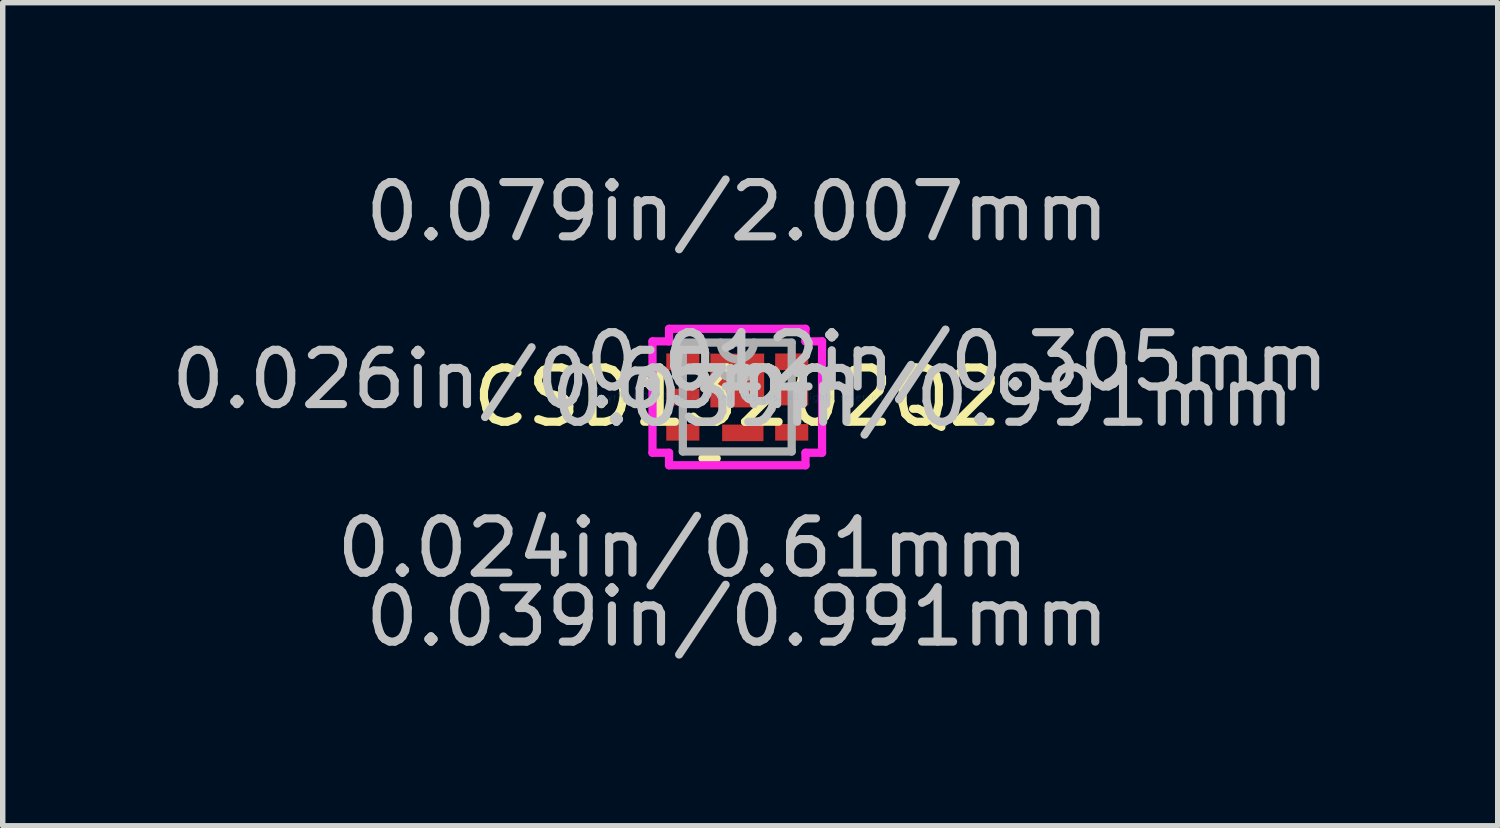
<source format=kicad_pcb>
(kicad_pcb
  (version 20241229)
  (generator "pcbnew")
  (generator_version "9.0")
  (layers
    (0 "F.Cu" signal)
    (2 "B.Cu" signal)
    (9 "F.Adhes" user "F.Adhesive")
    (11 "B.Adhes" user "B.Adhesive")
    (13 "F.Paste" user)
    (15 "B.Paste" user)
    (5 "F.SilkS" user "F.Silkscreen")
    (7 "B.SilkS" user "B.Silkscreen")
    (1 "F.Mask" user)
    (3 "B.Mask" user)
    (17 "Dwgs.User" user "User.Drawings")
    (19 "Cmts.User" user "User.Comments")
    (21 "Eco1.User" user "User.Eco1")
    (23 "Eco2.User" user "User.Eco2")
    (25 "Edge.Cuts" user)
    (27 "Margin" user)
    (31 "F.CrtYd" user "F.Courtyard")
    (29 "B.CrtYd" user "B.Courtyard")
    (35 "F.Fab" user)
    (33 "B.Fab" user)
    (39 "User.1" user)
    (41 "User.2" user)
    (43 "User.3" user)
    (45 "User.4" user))
  (footprint "CSD13202Q2"
    (layer "F.Cu")
    (at 10.533 4.265)
    (property "Reference" "CSD13202Q2" (at 0 0 0) (layer "F.SilkS") (effects (font (size 1 1) (thickness 0.15))))
    (attr through_hole)
    (fp_line (start -0.642 1.13) (end -0.379 1.13) (stroke (width 0.152) (type solid)) (layer "F.SilkS"))
    (fp_line (start -0.495 -0.8) (end -0.495 0.191) (stroke (width 0.152) (type solid)) (layer "F.Paste"))
    (fp_line (start -0.495 0.191) (end 0.495 0.191) (stroke (width 0.152) (type solid)) (layer "F.Paste"))
    (fp_line (start -0.279 0.508) (end -0.279 0.813) (stroke (width 0.152) (type solid)) (layer "F.Paste"))
    (fp_line (start -0.279 0.508) (end -0.279 0.813) (stroke (width 0.152) (type solid)) (layer "F.Paste"))
    (fp_line (start -0.279 0.813) (end 0.483 0.813) (stroke (width 0.152) (type solid)) (layer "F.Paste"))
    (fp_line (start -0.279 0.813) (end 0.483 0.813) (stroke (width 0.152) (type solid)) (layer "F.Paste"))
    (fp_line (start 0.483 0.508) (end -0.279 0.508) (stroke (width 0.152) (type solid)) (layer "F.Paste"))
    (fp_line (start 0.483 0.508) (end -0.279 0.508) (stroke (width 0.152) (type solid)) (layer "F.Paste"))
    (fp_line (start 0.483 0.813) (end 0.483 0.508) (stroke (width 0.152) (type solid)) (layer "F.Paste"))
    (fp_line (start 0.483 0.813) (end 0.483 0.508) (stroke (width 0.152) (type solid)) (layer "F.Paste"))
    (fp_line (start 0.495 -0.8) (end -0.495 -0.8) (stroke (width 0.152) (type solid)) (layer "F.Paste"))
    (fp_line (start 0.495 0.191) (end 0.495 -0.8) (stroke (width 0.152) (type solid)) (layer "F.Paste"))
    (fp_line (start -1.562 -1.026) (end -1.257 -1.026) (stroke (width 0.152) (type solid)) (layer "F.CrtYd"))
    (fp_line (start -1.562 1.026) (end -1.562 -1.026) (stroke (width 0.152) (type solid)) (layer "F.CrtYd"))
    (fp_line (start -1.257 -1.257) (end 1.257 -1.257) (stroke (width 0.152) (type solid)) (layer "F.CrtYd"))
    (fp_line (start -1.257 -1.026) (end -1.257 -1.257) (stroke (width 0.152) (type solid)) (layer "F.CrtYd"))
    (fp_line (start -1.257 1.026) (end -1.562 1.026) (stroke (width 0.152) (type solid)) (layer "F.CrtYd"))
    (fp_line (start -1.257 1.257) (end -1.257 1.026) (stroke (width 0.152) (type solid)) (layer "F.CrtYd"))
    (fp_line (start 1.257 -1.257) (end 1.257 -1.026) (stroke (width 0.152) (type solid)) (layer "F.CrtYd"))
    (fp_line (start 1.257 -1.026) (end 1.562 -1.026) (stroke (width 0.152) (type solid)) (layer "F.CrtYd"))
    (fp_line (start 1.257 1.026) (end 1.257 1.257) (stroke (width 0.152) (type solid)) (layer "F.CrtYd"))
    (fp_line (start 1.257 1.257) (end -1.257 1.257) (stroke (width 0.152) (type solid)) (layer "F.CrtYd"))
    (fp_line (start 1.562 -1.026) (end 1.562 1.026) (stroke (width 0.152) (type solid)) (layer "F.CrtYd"))
    (fp_line (start 1.562 1.026) (end 1.257 1.026) (stroke (width 0.152) (type solid)) (layer "F.CrtYd"))
    (fp_line (start -1.003 -1.003) (end -1.003 1.003) (stroke (width 0.152) (type solid)) (layer "F.Fab"))
    (fp_line (start -1.003 1.003) (end 1.003 1.003) (stroke (width 0.152) (type solid)) (layer "F.Fab"))
    (fp_line (start 1.003 -1.003) (end -1.003 -1.003) (stroke (width 0.152) (type solid)) (layer "F.Fab"))
    (fp_line (start 1.003 1.003) (end 1.003 -1.003) (stroke (width 0.152) (type solid)) (layer "F.Fab"))
    (fp_arc (start 0.3048 -1.0033) (mid 0 -0.6985) (end -0.3048 -1.0033) (stroke (width 0.1524) (type solid)) (layer "F.Fab"))
    (fp_text user "*" (at 0 0 0) (layer "F.SilkS") (effects (font (size 1 1) (thickness 0.15))))
    (fp_text user "0.024in/0.61mm" (at -1.003 2.781 0) (layer "Dwgs.User") (effects (font (size 1 1) (thickness 0.15))))
    (fp_text user "0.039in/0.991mm" (at 3.416 0 0) (layer "Dwgs.User") (effects (font (size 1 1) (thickness 0.15))))
    (fp_text user "0.039in/0.991mm" (at 0 4.051 0) (layer "Dwgs.User") (effects (font (size 1 1) (thickness 0.15))))
    (fp_text user "0.026in/0.65mm" (at -4.051 -0.325 0) (layer "Dwgs.User") (effects (font (size 1 1) (thickness 0.15))))
    (fp_text user "0.079in/2.007mm" (at 0 -3.416 0) (layer "Dwgs.User") (effects (font (size 1 1) (thickness 0.15))))
    (fp_text user "0.012in/0.305mm" (at 4.051 -0.65 0) (layer "Dwgs.User") (effects (font (size 1 1) (thickness 0.15))))
    (fp_text user "Copyright 2016 Accelerated Designs. All rights reserved." (at 0 0 0) (layer "Cmts.User") (effects (font (size 0.127 0.127) (thickness 0.002))))
    (fp_text user "*" (at 0 0 0) (layer "F.Fab") (effects (font (size 1 1) (thickness 0.15))))
    (pad "1" smd rect (at -1.003 -0.65) (size 0.61 0.305) (layers "F.Cu" "F.Mask" "F.Paste"))
    (pad "2" smd rect (at -1.003 0) (size 0.61 0.305) (layers "F.Cu" "F.Mask" "F.Paste"))
    (pad "3" smd rect (at -1.003 0.65) (size 0.61 0.305) (layers "F.Cu" "F.Mask" "F.Paste"))
    (pad "4" smd rect (at 1.003 0.65) (size 0.61 0.305) (layers "F.Cu" "F.Mask" "F.Paste"))
    (pad "5" smd rect (at 1.003 0) (size 0.61 0.305) (layers "F.Cu" "F.Mask" "F.Paste"))
    (pad "6" smd rect (at 1.003 -0.65) (size 0.61 0.305) (layers "F.Cu" "F.Mask" "F.Paste"))
    (pad "7" smd rect (at 0 -0.305) (size 0.991 0.991) (layers "F.Cu" "F.Mask" "F.Paste"))
    (pad "8" smd rect (at 0.102 0.66) (size 0.762 0.305) (layers "F.Cu" "F.Mask" "F.Paste")))
  (gr_rect
    (start -3 -3)
    (end 24.543 12.164)
    (stroke (width 0.1) (type default))
    (fill no)
    (layer "Edge.Cuts")))
</source>
